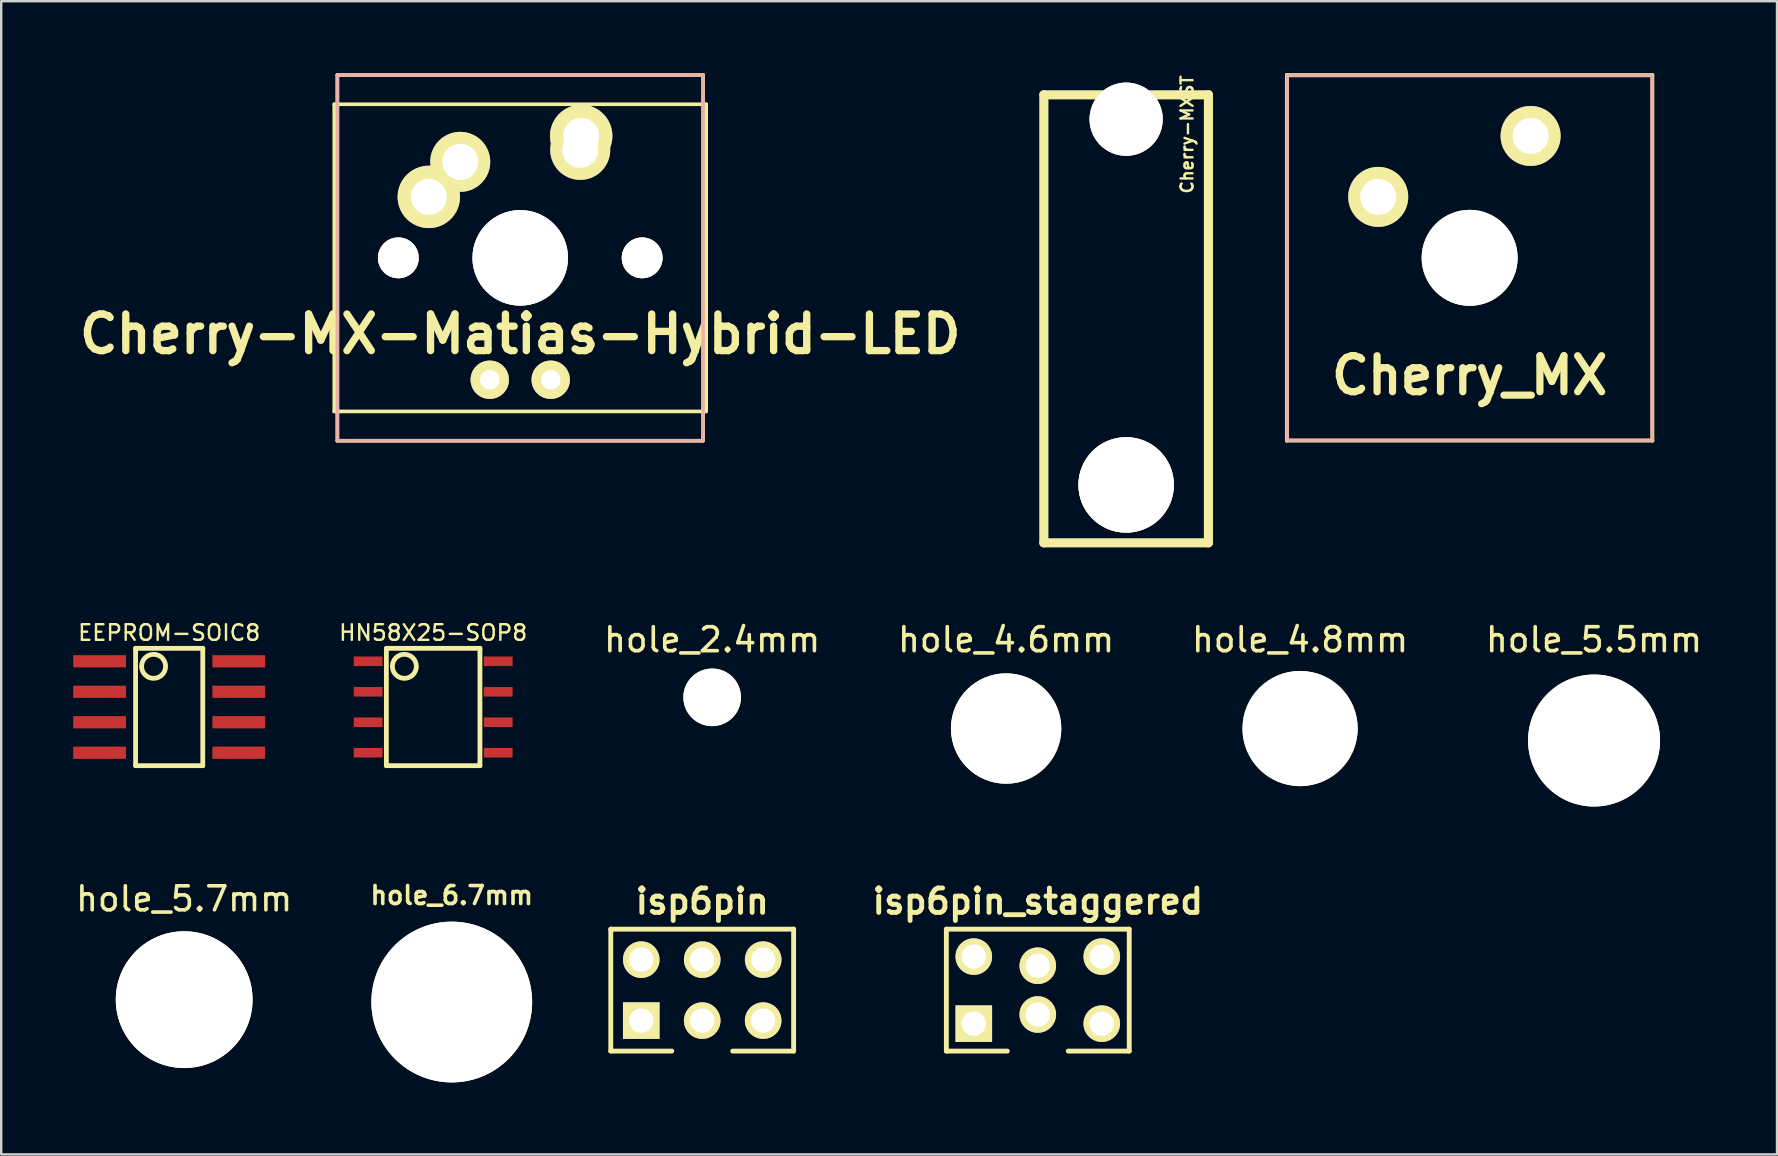
<source format=kicad_pcb>
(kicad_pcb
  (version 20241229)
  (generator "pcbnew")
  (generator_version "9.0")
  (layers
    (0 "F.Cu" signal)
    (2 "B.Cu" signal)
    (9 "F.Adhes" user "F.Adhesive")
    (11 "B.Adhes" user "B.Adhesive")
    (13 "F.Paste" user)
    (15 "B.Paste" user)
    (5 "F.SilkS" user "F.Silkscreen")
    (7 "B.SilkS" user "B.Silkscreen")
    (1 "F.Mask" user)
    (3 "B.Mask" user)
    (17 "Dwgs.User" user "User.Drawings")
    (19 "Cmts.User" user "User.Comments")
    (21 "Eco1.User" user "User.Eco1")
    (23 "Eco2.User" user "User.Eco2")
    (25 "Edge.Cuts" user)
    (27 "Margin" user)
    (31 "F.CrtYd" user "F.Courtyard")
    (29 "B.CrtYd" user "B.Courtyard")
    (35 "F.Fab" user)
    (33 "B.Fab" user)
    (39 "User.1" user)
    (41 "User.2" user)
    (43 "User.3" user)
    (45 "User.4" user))
  (footprint "isp6pin"
    (layer "F.Cu")
    (at 26.212 38.21)
    (property "Reference" "isp6pin" (at 0 -3.7 0) (layer "F.SilkS") (effects (font (size 1.016 1.016) (thickness 0.203))))
    (attr through_hole)
    (fp_line (start -3.81 -2.54) (end 3.81 -2.54) (stroke (width 0.203) (type solid)) (layer "F.SilkS"))
    (fp_line (start -3.81 2.54) (end -3.81 -2.54) (stroke (width 0.203) (type solid)) (layer "F.SilkS"))
    (fp_line (start -3.81 2.54) (end -1.27 2.54) (stroke (width 0.203) (type solid)) (layer "F.SilkS"))
    (fp_line (start 1.27 2.54) (end 3.81 2.54) (stroke (width 0.203) (type solid)) (layer "F.SilkS"))
    (fp_line (start 3.81 -2.54) (end 3.81 2.54) (stroke (width 0.203) (type solid)) (layer "F.SilkS"))
    (pad "1" thru_hole rect (at -2.54 1.27) (size 1.524 1.524) (drill 1.016) (layers "*.Cu" "*.Mask" "F.SilkS"))
    (pad "2" thru_hole circle (at -2.54 -1.27) (size 1.524 1.524) (drill 1.016) (layers "*.Cu" "*.Mask" "F.SilkS"))
    (pad "3" thru_hole circle (at 0 1.27) (size 1.524 1.524) (drill 1.016) (layers "*.Cu" "*.Mask" "F.SilkS"))
    (pad "4" thru_hole circle (at 0 -1.27) (size 1.524 1.524) (drill 1.016) (layers "*.Cu" "*.Mask" "F.SilkS"))
    (pad "5" thru_hole circle (at 2.54 1.27) (size 1.524 1.524) (drill 1.016) (layers "*.Cu" "*.Mask" "F.SilkS"))
    (pad "6" thru_hole circle (at 2.54 -1.27) (size 1.524 1.524) (drill 1.016) (layers "*.Cu" "*.Mask" "F.SilkS")))
  (footprint "hole_4.8mm"
    (layer "F.Cu")
    (at 51.126 27.309)
    (property "Reference" "hole_4.8mm" (at 0 -3.7 0) (layer "F.SilkS") (effects (font (size 1 1) (thickness 0.15))))
    (attr through_hole)
    (pad "" np_thru_hole circle (at 0 0) (size 4.8 4.8) (drill 4.8) (layers "*.Cu" "*.Mask" "F.SilkS")))
  (footprint "Cherry-MXST"
    (layer "F.Cu")
    (at 43.878 8.902)
    (property "Reference" "Cherry-MXST" (at 2.54 -6.35 90) (layer "F.SilkS") (effects (font (size 0.5 0.5) (thickness 0.1))))
    (attr through_hole)
    (fp_line (start -3.429 -8.001) (end -3.429 10.668) (stroke (width 0.381) (type solid)) (layer "F.SilkS"))
    (fp_line (start -3.429 10.668) (end 3.429 10.668) (stroke (width 0.381) (type solid)) (layer "F.SilkS"))
    (fp_line (start 3.429 -8.001) (end -3.429 -8.001) (stroke (width 0.381) (type solid)) (layer "F.SilkS"))
    (fp_line (start 3.429 10.668) (end 3.429 -8.001) (stroke (width 0.381) (type solid)) (layer "F.SilkS"))
    (pad "1" thru_hole circle (at 0 -6.985) (size 3.048 3.048) (drill 3.048) (layers "*.Cu" "*.Mask" "F.SilkS"))
    (pad "2" thru_hole circle (at 0 8.255) (size 3.98 3.98) (drill 3.98) (layers "*.Cu" "*.Mask" "F.SilkS")))
  (footprint "hole_2.4mm"
    (layer "F.Cu")
    (at 26.626 26.009)
    (property "Reference" "hole_2.4mm" (at 0 -2.4 0) (layer "F.SilkS") (effects (font (size 1 1) (thickness 0.15))))
    (attr through_hole)
    (pad "" np_thru_hole circle (at 0 0) (size 2.4 2.4) (drill 2.4) (layers "*.Cu" "*.Mask" "F.SilkS")))
  (footprint "HN58X25-SOP8"
    (layer "F.Cu")
    (at 15 26.412)
    (property "Reference" "HN58X25-SOP8" (at 0 -3.095 0) (layer "F.SilkS") (effects (font (size 0.65 0.65) (thickness 0.1))))
    (attr smd)
    (fp_line (start -1.95 -2.445) (end 1.95 -2.445) (stroke (width 0.2) (type solid)) (layer "F.SilkS"))
    (fp_line (start -1.95 2.445) (end -1.95 -2.445) (stroke (width 0.2) (type solid)) (layer "F.SilkS"))
    (fp_line (start 1.95 -2.445) (end 1.95 2.445) (stroke (width 0.2) (type solid)) (layer "F.SilkS"))
    (fp_line (start 1.95 2.445) (end -1.95 2.445) (stroke (width 0.2) (type solid)) (layer "F.SilkS"))
    (fp_circle (center -1.2 -1.695) (end -0.7 -1.695) (stroke (width 0.2) (type solid)) (fill no) (layer "F.SilkS"))
    (pad "1" smd rect (at -2.71 -1.905) (size 1.2 0.4) (layers "F.Cu" "F.Mask" "F.Paste"))
    (pad "2" smd rect (at -2.71 -0.635) (size 1.2 0.4) (layers "F.Cu" "F.Mask" "F.Paste"))
    (pad "3" smd rect (at -2.71 0.635) (size 1.2 0.4) (layers "F.Cu" "F.Mask" "F.Paste"))
    (pad "4" smd rect (at -2.71 1.905) (size 1.2 0.4) (layers "F.Cu" "F.Mask" "F.Paste"))
    (pad "5" smd rect (at 2.71 1.905) (size 1.2 0.4) (layers "F.Cu" "F.Mask" "F.Paste"))
    (pad "6" smd rect (at 2.71 0.635) (size 1.2 0.4) (layers "F.Cu" "F.Mask" "F.Paste"))
    (pad "7" smd rect (at 2.71 -0.635) (size 1.2 0.4) (layers "F.Cu" "F.Mask" "F.Paste"))
    (pad "8" smd rect (at 2.71 -1.905) (size 1.2 0.4) (layers "F.Cu" "F.Mask" "F.Paste")))
  (footprint "hole_5.7mm"
    (layer "F.Cu")
    (at 4.625 38.607)
    (property "Reference" "hole_5.7mm" (at 0 -4.2 0) (layer "F.SilkS") (effects (font (size 1 1) (thickness 0.15))))
    (attr through_hole)
    (pad "" np_thru_hole circle (at 0 0) (size 5.7 5.7) (drill 5.7) (layers "*.Cu" "*.Mask" "F.SilkS")))
  (footprint "isp6pin_staggered"
    (layer "F.Cu")
    (at 40.196 38.21)
    (property "Reference" "isp6pin_staggered" (at 0 -3.7 0) (layer "F.SilkS") (effects (font (size 1.016 1.016) (thickness 0.203))))
    (attr through_hole)
    (fp_line (start -3.81 -2.54) (end 3.81 -2.54) (stroke (width 0.203) (type solid)) (layer "F.SilkS"))
    (fp_line (start -3.81 2.54) (end -3.81 -2.54) (stroke (width 0.203) (type solid)) (layer "F.SilkS"))
    (fp_line (start -3.81 2.54) (end -1.27 2.54) (stroke (width 0.203) (type solid)) (layer "F.SilkS"))
    (fp_line (start 1.27 2.54) (end 3.81 2.54) (stroke (width 0.203) (type solid)) (layer "F.SilkS"))
    (fp_line (start 3.81 -2.54) (end 3.81 2.54) (stroke (width 0.203) (type solid)) (layer "F.SilkS"))
    (pad "1" thru_hole rect (at -2.667 1.397) (size 1.524 1.524) (drill 1.016) (layers "*.Cu" "*.Mask" "F.SilkS"))
    (pad "2" thru_hole circle (at -2.667 -1.397) (size 1.524 1.524) (drill 1.016) (layers "*.Cu" "*.Mask" "F.SilkS"))
    (pad "3" thru_hole circle (at 0 1.016) (size 1.524 1.524) (drill 1.016) (layers "*.Cu" "*.Mask" "F.SilkS"))
    (pad "4" thru_hole circle (at 0 -1.016) (size 1.524 1.524) (drill 1.016) (layers "*.Cu" "*.Mask" "F.SilkS"))
    (pad "5" thru_hole circle (at 2.667 1.397) (size 1.524 1.524) (drill 1.016) (layers "*.Cu" "*.Mask" "F.SilkS"))
    (pad "6" thru_hole circle (at 2.667 -1.397) (size 1.524 1.524) (drill 1.016) (layers "*.Cu" "*.Mask" "F.SilkS")))
  (footprint "Cherry-MX-Matias-Hybrid-LED"
    (layer "F.Cu")
    (at 18.629 7.695)
    (property "Reference" "Cherry-MX-Matias-Hybrid-LED" (at 0 3.175 0) (layer "F.SilkS") (effects (font (size 1.524 1.524) (thickness 0.305))))
    (attr through_hole)
    (fp_line (start -7.75 -6.4) (end -7.75 6.4) (stroke (width 0.15) (type solid)) (layer "F.SilkS"))
    (fp_line (start -7.75 -6.4) (end 7.75 -6.4) (stroke (width 0.15) (type solid)) (layer "F.SilkS"))
    (fp_line (start -7.75 6.4) (end 7.75 6.4) (stroke (width 0.15) (type solid)) (layer "F.SilkS"))
    (fp_line (start -7.62 -7.62) (end 7.62 -7.62) (stroke (width 0.15) (type solid)) (layer "F.SilkS"))
    (fp_line (start -7.62 7.62) (end -7.62 -7.62) (stroke (width 0.15) (type solid)) (layer "F.SilkS"))
    (fp_line (start 7.62 -7.62) (end 7.62 7.62) (stroke (width 0.15) (type solid)) (layer "F.SilkS"))
    (fp_line (start 7.62 7.62) (end -7.62 7.62) (stroke (width 0.15) (type solid)) (layer "F.SilkS"))
    (fp_line (start 7.75 -6.4) (end 7.75 6.4) (stroke (width 0.15) (type solid)) (layer "F.SilkS"))
    (fp_line (start -7.62 -7.62) (end 7.62 -7.62) (stroke (width 0.15) (type solid)) (layer "B.SilkS"))
    (fp_line (start -7.62 7.62) (end -7.62 -7.62) (stroke (width 0.15) (type solid)) (layer "B.SilkS"))
    (fp_line (start 7.62 -7.62) (end 7.62 7.62) (stroke (width 0.15) (type solid)) (layer "B.SilkS"))
    (fp_line (start 7.62 7.62) (end -7.62 7.62) (stroke (width 0.15) (type solid)) (layer "B.SilkS"))
    (pad "" thru_hole circle (at -5.08 0) (size 1.699 1.699) (drill 1.699) (layers "*.Cu" "*.Mask" "F.SilkS"))
    (pad "" thru_hole circle (at 5.08 0) (size 1.699 1.699) (drill 1.699) (layers "*.Cu" "*.Mask" "F.SilkS"))
    (pad "0" thru_hole circle (at 0 0) (size 3.98 3.98) (drill 3.98) (layers "*.Cu" "*.Mask" "F.SilkS"))
    (pad "1" thru_hole circle (at -1.27 5.08) (size 1.6 1.6) (drill 0.813) (layers "*.Cu" "*.Mask" "F.SilkS"))
    (pad "1" thru_hole circle (at 2.5 -4.5) (size 2.5 2.5) (drill 1.5) (layers "*.Cu" "*.Mask" "F.SilkS"))
    (pad "1" thru_hole circle (at 2.54 -5.08) (size 2.6 2.6) (drill 1.501) (layers "*.Cu" "*.Mask" "F.SilkS"))
    (pad "2" thru_hole circle (at -3.81 -2.54) (size 2.6 2.6) (drill 1.501) (layers "*.Cu" "*.Mask" "F.SilkS"))
    (pad "2" thru_hole circle (at -2.5 -4) (size 2.5 2.5) (drill 1.5) (layers "*.Cu" "*.Mask" "F.SilkS"))
    (pad "2" thru_hole circle (at 1.27 5.08) (size 1.6 1.6) (drill 0.813) (layers "*.Cu" "*.Mask" "F.SilkS")))
  (footprint "hole_6.7mm"
    (layer "F.Cu")
    (at 15.775 38.706)
    (property "Reference" "hole_6.7mm" (at 0 -4.445 0) (layer "F.SilkS") (effects (font (size 0.75 0.75) (thickness 0.15))))
    (attr through_hole)
    (pad "" np_thru_hole circle (at 0 0) (size 6.7 6.7) (drill 6.7) (layers "*.Cu" "*.Mask" "F.SilkS")))
  (footprint "hole_5.5mm"
    (layer "F.Cu")
    (at 63.376 27.809)
    (property "Reference" "hole_5.5mm" (at 0 -4.2 0) (layer "F.SilkS") (effects (font (size 1 1) (thickness 0.15))))
    (attr through_hole)
    (pad "" np_thru_hole circle (at 0 0) (size 5.5 5.5) (drill 5.5) (layers "*.Cu" "*.Mask" "F.SilkS")))
  (footprint "EEPROM-SOIC8"
    (layer "F.Cu")
    (at 4 26.412)
    (property "Reference" "EEPROM-SOIC8" (at 0 -3.095 0) (layer "F.SilkS") (effects (font (size 0.65 0.65) (thickness 0.1))))
    (attr smd)
    (fp_line (start -1.4 -2.445) (end 1.4 -2.445) (stroke (width 0.2) (type solid)) (layer "F.SilkS"))
    (fp_line (start -1.4 2.445) (end -1.4 -2.445) (stroke (width 0.2) (type solid)) (layer "F.SilkS"))
    (fp_line (start 1.4 -2.445) (end 1.4 2.445) (stroke (width 0.2) (type solid)) (layer "F.SilkS"))
    (fp_line (start 1.4 2.445) (end -1.4 2.445) (stroke (width 0.2) (type solid)) (layer "F.SilkS"))
    (fp_circle (center -0.65 -1.695) (end -0.15 -1.695) (stroke (width 0.2) (type solid)) (fill no) (layer "F.SilkS"))
    (pad "1" smd rect (at -2.9 -1.905) (size 2.2 0.51) (layers "F.Cu" "F.Mask" "F.Paste"))
    (pad "2" smd rect (at -2.9 -0.635) (size 2.2 0.51) (layers "F.Cu" "F.Mask" "F.Paste"))
    (pad "3" smd rect (at -2.9 0.635) (size 2.2 0.51) (layers "F.Cu" "F.Mask" "F.Paste"))
    (pad "4" smd rect (at -2.9 1.905) (size 2.2 0.51) (layers "F.Cu" "F.Mask" "F.Paste"))
    (pad "5" smd rect (at 2.9 1.905) (size 2.2 0.51) (layers "F.Cu" "F.Mask" "F.Paste"))
    (pad "6" smd rect (at 2.9 0.635) (size 2.2 0.51) (layers "F.Cu" "F.Mask" "F.Paste"))
    (pad "7" smd rect (at 2.9 -0.635) (size 2.2 0.51) (layers "F.Cu" "F.Mask" "F.Paste"))
    (pad "8" smd rect (at 2.9 -1.905) (size 2.2 0.51) (layers "F.Cu" "F.Mask" "F.Paste")))
  (footprint "Cherry_MX"
    (layer "F.Cu")
    (at 58.192 7.695)
    (property "Reference" "Cherry_MX" (at 0 4.9 0) (layer "F.SilkS") (effects (font (size 1.5 1.5) (thickness 0.3))))
    (attr through_hole)
    (fp_line (start -7.62 -7.62) (end 7.62 -7.62) (stroke (width 0.15) (type solid)) (layer "F.SilkS"))
    (fp_line (start -7.62 7.62) (end -7.62 -7.62) (stroke (width 0.15) (type solid)) (layer "F.SilkS"))
    (fp_line (start 7.62 -7.62) (end 7.62 7.62) (stroke (width 0.15) (type solid)) (layer "F.SilkS"))
    (fp_line (start 7.62 7.62) (end -7.62 7.62) (stroke (width 0.15) (type solid)) (layer "F.SilkS"))
    (fp_line (start -7.6 -7.6) (end -7.6 7.6) (stroke (width 0.15) (type solid)) (layer "B.SilkS"))
    (fp_line (start -7.6 -7.6) (end 7.6 -7.6) (stroke (width 0.15) (type solid)) (layer "B.SilkS"))
    (fp_line (start -7.6 7.6) (end 7.6 7.6) (stroke (width 0.15) (type solid)) (layer "B.SilkS"))
    (fp_line (start 7.6 -7.6) (end 7.6 7.6) (stroke (width 0.15) (type solid)) (layer "B.SilkS"))
    (pad "" np_thru_hole circle (at 0 0) (size 4 4) (drill 4) (layers "*.Cu" "*.Mask" "F.SilkS"))
    (pad "1" thru_hole circle (at 2.54 -5.08) (size 2.5 2.5) (drill 1.5) (layers "*.Cu" "*.Mask" "F.SilkS"))
    (pad "2" thru_hole circle (at -3.81 -2.54) (size 2.5 2.5) (drill 1.5) (layers "*.Cu" "*.Mask" "F.SilkS")))
  (footprint "hole_4.6mm"
    (layer "F.Cu")
    (at 38.876 27.309)
    (property "Reference" "hole_4.6mm" (at 0 -3.7 0) (layer "F.SilkS") (effects (font (size 1 1) (thickness 0.15))))
    (attr through_hole)
    (pad "" np_thru_hole circle (at 0 0) (size 4.6 4.6) (drill 4.6) (layers "*.Cu" "*.Mask" "F.SilkS")))
  (gr_rect
    (start -3 -3)
    (end 71.001 45.056)
    (stroke (width 0.1) (type default))
    (fill no)
    (layer "Edge.Cuts")))
</source>
